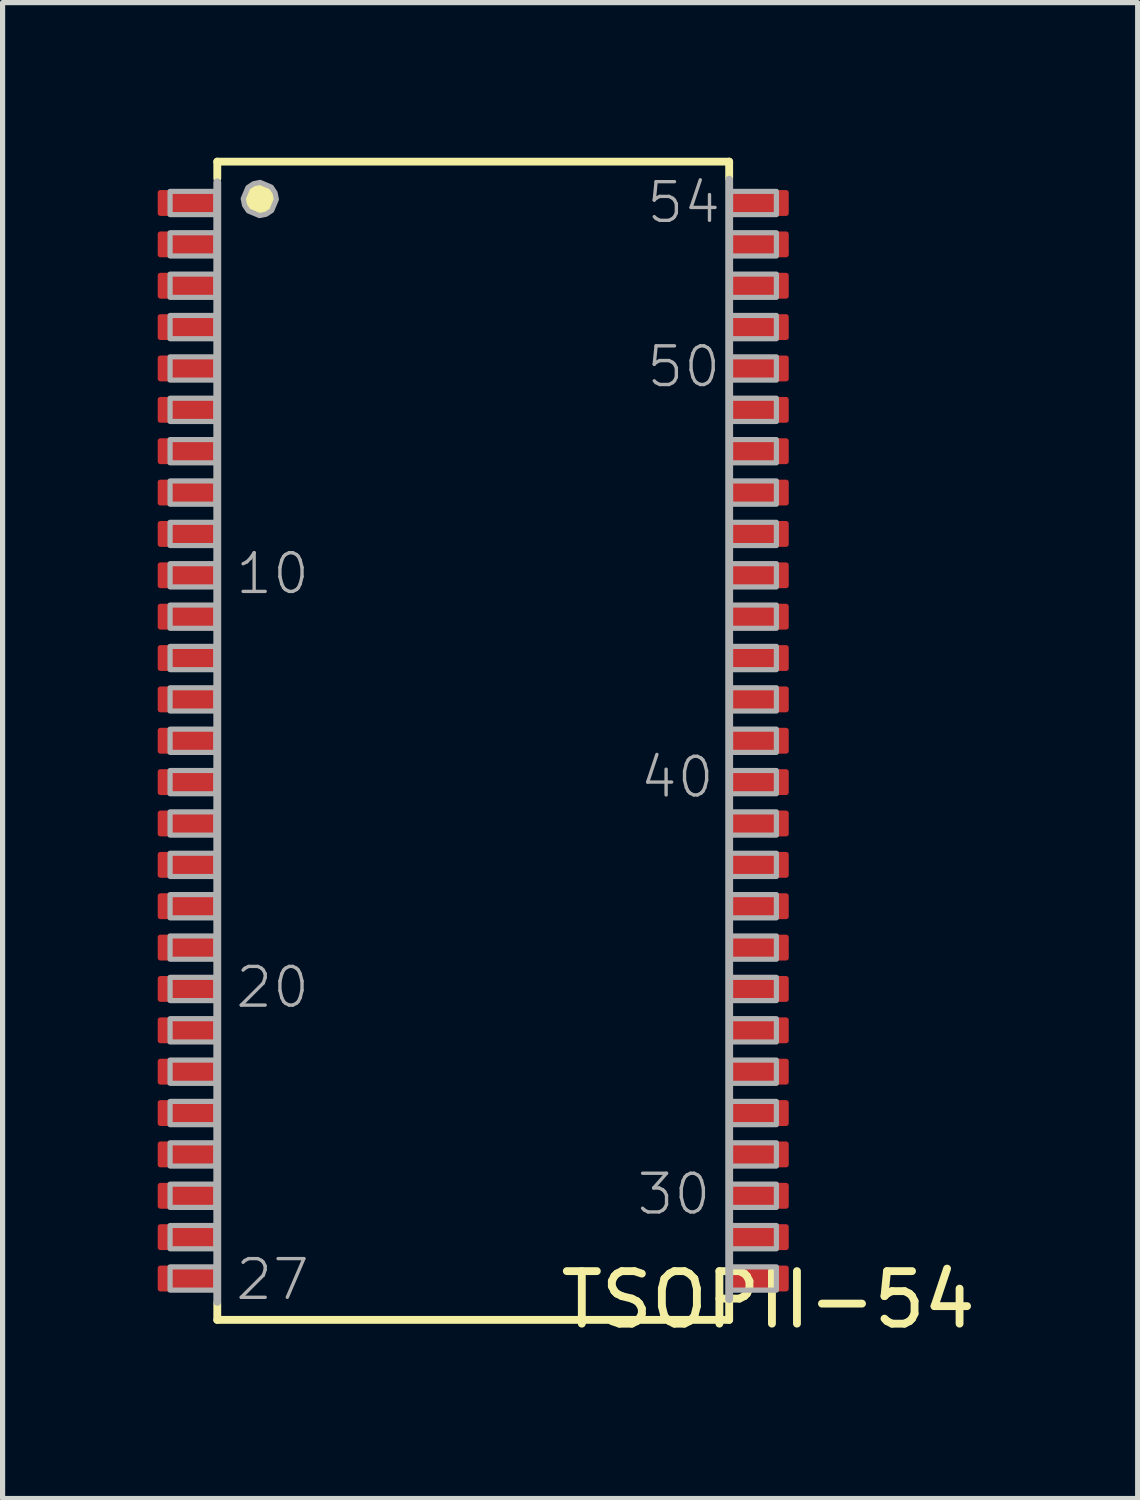
<source format=kicad_pcb>
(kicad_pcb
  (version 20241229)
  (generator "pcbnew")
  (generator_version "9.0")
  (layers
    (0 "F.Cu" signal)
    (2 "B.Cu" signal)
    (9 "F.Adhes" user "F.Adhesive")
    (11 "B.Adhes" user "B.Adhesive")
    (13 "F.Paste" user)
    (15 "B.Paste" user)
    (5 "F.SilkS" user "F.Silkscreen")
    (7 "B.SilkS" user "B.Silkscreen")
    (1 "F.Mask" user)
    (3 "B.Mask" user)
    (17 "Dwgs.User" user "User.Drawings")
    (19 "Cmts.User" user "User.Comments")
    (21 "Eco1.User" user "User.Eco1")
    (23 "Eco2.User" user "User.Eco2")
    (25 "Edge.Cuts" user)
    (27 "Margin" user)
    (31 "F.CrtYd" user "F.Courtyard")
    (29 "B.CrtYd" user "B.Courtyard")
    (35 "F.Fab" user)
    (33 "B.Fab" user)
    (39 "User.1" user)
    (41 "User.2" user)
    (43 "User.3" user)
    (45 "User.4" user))
  (footprint "TSOPII-54"
    (layer "F.Cu")
    (at 6.102 11.276)
    (property "Reference" "TSOPII-54" (at 1.613 11.405 180) (layer "F.SilkS") (effects (font (size 1.016 1.016) (thickness 0.152)) (justify left bottom)))
    (attr smd)
    (fp_line (start -4.95 -11.2) (end -4.95 -10.875) (stroke (width 0.152) (type solid)) (layer "F.SilkS"))
    (fp_line (start -4.95 11.2) (end -4.95 10.875) (stroke (width 0.152) (type solid)) (layer "F.SilkS"))
    (fp_line (start -4.95 11.2) (end 4.95 11.2) (stroke (width 0.152) (type solid)) (layer "F.SilkS"))
    (fp_line (start 4.95 -11.2) (end -4.95 -11.2) (stroke (width 0.152) (type solid)) (layer "F.SilkS"))
    (fp_line (start 4.95 -11.2) (end 4.95 -10.875) (stroke (width 0.152) (type solid)) (layer "F.SilkS"))
    (fp_line (start 4.95 11.2) (end 4.95 10.875) (stroke (width 0.152) (type solid)) (layer "F.SilkS"))
    (fp_poly (pts (xy -3.906 -10.708) (xy -3.833 -10.599) (xy -3.807 -10.471) (xy -3.897 -10.256) (xy -4.006 -10.183) (xy -4.134 -10.157) (xy -4.349 -10.247) (xy -4.422 -10.356) (xy -4.448 -10.484) (xy -4.358 -10.699) (xy -4.249 -10.772) (xy -4.121 -10.798)) (stroke (width 0) (type default)) (fill yes) (layer "F.SilkS"))
    (fp_line (start -4.95 -10.8) (end -4.95 10.85) (stroke (width 0.152) (type solid)) (layer "F.Fab"))
    (fp_line (start 4.95 10.8) (end 4.95 -10.85) (stroke (width 0.152) (type solid)) (layer "F.Fab"))
    (fp_poly (pts (xy -5.863 -10.625) (xy -5.863 -10.175) (xy -4.975 -10.175) (xy -4.975 -10.625)) (stroke (width 0.1) (type default)) (fill no) (layer "F.Fab"))
    (fp_poly (pts (xy -5.863 -9.825) (xy -5.863 -9.375) (xy -4.975 -9.375) (xy -4.975 -9.825)) (stroke (width 0.1) (type default)) (fill no) (layer "F.Fab"))
    (fp_poly (pts (xy -5.863 -9.025) (xy -5.863 -8.575) (xy -4.975 -8.575) (xy -4.975 -9.025)) (stroke (width 0.1) (type default)) (fill no) (layer "F.Fab"))
    (fp_poly (pts (xy -5.863 -8.225) (xy -5.863 -7.775) (xy -4.975 -7.775) (xy -4.975 -8.225)) (stroke (width 0.1) (type default)) (fill no) (layer "F.Fab"))
    (fp_poly (pts (xy -5.863 -7.425) (xy -5.863 -6.975) (xy -4.975 -6.975) (xy -4.975 -7.425)) (stroke (width 0.1) (type default)) (fill no) (layer "F.Fab"))
    (fp_poly (pts (xy -5.863 -6.625) (xy -5.863 -6.175) (xy -4.975 -6.175) (xy -4.975 -6.625)) (stroke (width 0.1) (type default)) (fill no) (layer "F.Fab"))
    (fp_poly (pts (xy -5.863 -5.825) (xy -5.863 -5.375) (xy -4.975 -5.375) (xy -4.975 -5.825)) (stroke (width 0.1) (type default)) (fill no) (layer "F.Fab"))
    (fp_poly (pts (xy -5.863 -5.025) (xy -5.863 -4.575) (xy -4.975 -4.575) (xy -4.975 -5.025)) (stroke (width 0.1) (type default)) (fill no) (layer "F.Fab"))
    (fp_poly (pts (xy -5.863 -4.225) (xy -5.863 -3.775) (xy -4.975 -3.775) (xy -4.975 -4.225)) (stroke (width 0.1) (type default)) (fill no) (layer "F.Fab"))
    (fp_poly (pts (xy -5.863 -3.425) (xy -5.863 -2.975) (xy -4.975 -2.975) (xy -4.975 -3.425)) (stroke (width 0.1) (type default)) (fill no) (layer "F.Fab"))
    (fp_poly (pts (xy -5.863 -2.625) (xy -5.863 -2.175) (xy -4.975 -2.175) (xy -4.975 -2.625)) (stroke (width 0.1) (type default)) (fill no) (layer "F.Fab"))
    (fp_poly (pts (xy -5.863 -1.825) (xy -5.863 -1.375) (xy -4.975 -1.375) (xy -4.975 -1.825)) (stroke (width 0.1) (type default)) (fill no) (layer "F.Fab"))
    (fp_poly (pts (xy -5.863 -1.025) (xy -5.863 -0.575) (xy -4.975 -0.575) (xy -4.975 -1.025)) (stroke (width 0.1) (type default)) (fill no) (layer "F.Fab"))
    (fp_poly (pts (xy -5.863 -0.225) (xy -5.863 0.225) (xy -4.975 0.225) (xy -4.975 -0.225)) (stroke (width 0.1) (type default)) (fill no) (layer "F.Fab"))
    (fp_poly (pts (xy -5.863 0.575) (xy -5.863 1.025) (xy -4.975 1.025) (xy -4.975 0.575)) (stroke (width 0.1) (type default)) (fill no) (layer "F.Fab"))
    (fp_poly (pts (xy -5.863 1.375) (xy -5.863 1.825) (xy -4.975 1.825) (xy -4.975 1.375)) (stroke (width 0.1) (type default)) (fill no) (layer "F.Fab"))
    (fp_poly (pts (xy -5.863 2.175) (xy -5.863 2.625) (xy -4.975 2.625) (xy -4.975 2.175)) (stroke (width 0.1) (type default)) (fill no) (layer "F.Fab"))
    (fp_poly (pts (xy -5.863 2.975) (xy -5.863 3.425) (xy -4.975 3.425) (xy -4.975 2.975)) (stroke (width 0.1) (type default)) (fill no) (layer "F.Fab"))
    (fp_poly (pts (xy -5.863 3.775) (xy -5.863 4.225) (xy -4.975 4.225) (xy -4.975 3.775)) (stroke (width 0.1) (type default)) (fill no) (layer "F.Fab"))
    (fp_poly (pts (xy -5.863 4.575) (xy -5.863 5.025) (xy -4.975 5.025) (xy -4.975 4.575)) (stroke (width 0.1) (type default)) (fill no) (layer "F.Fab"))
    (fp_poly (pts (xy -5.863 5.375) (xy -5.863 5.825) (xy -4.975 5.825) (xy -4.975 5.375)) (stroke (width 0.1) (type default)) (fill no) (layer "F.Fab"))
    (fp_poly (pts (xy -5.863 6.175) (xy -5.863 6.625) (xy -4.975 6.625) (xy -4.975 6.175)) (stroke (width 0.1) (type default)) (fill no) (layer "F.Fab"))
    (fp_poly (pts (xy -5.863 6.975) (xy -5.863 7.425) (xy -4.975 7.425) (xy -4.975 6.975)) (stroke (width 0.1) (type default)) (fill no) (layer "F.Fab"))
    (fp_poly (pts (xy -5.863 7.775) (xy -5.863 8.225) (xy -4.975 8.225) (xy -4.975 7.775)) (stroke (width 0.1) (type default)) (fill no) (layer "F.Fab"))
    (fp_poly (pts (xy -5.863 8.575) (xy -5.863 9.025) (xy -4.975 9.025) (xy -4.975 8.575)) (stroke (width 0.1) (type default)) (fill no) (layer "F.Fab"))
    (fp_poly (pts (xy -5.863 9.375) (xy -5.863 9.825) (xy -4.975 9.825) (xy -4.975 9.375)) (stroke (width 0.1) (type default)) (fill no) (layer "F.Fab"))
    (fp_poly (pts (xy -5.863 10.175) (xy -5.863 10.625) (xy -4.975 10.625) (xy -4.975 10.175)) (stroke (width 0.1) (type default)) (fill no) (layer "F.Fab"))
    (fp_poly (pts (xy 5.863 -10.175) (xy 5.863 -10.625) (xy 4.975 -10.625) (xy 4.975 -10.175)) (stroke (width 0.1) (type default)) (fill no) (layer "F.Fab"))
    (fp_poly (pts (xy 5.863 -9.375) (xy 5.863 -9.825) (xy 4.975 -9.825) (xy 4.975 -9.375)) (stroke (width 0.1) (type default)) (fill no) (layer "F.Fab"))
    (fp_poly (pts (xy 5.863 -8.575) (xy 5.863 -9.025) (xy 4.975 -9.025) (xy 4.975 -8.575)) (stroke (width 0.1) (type default)) (fill no) (layer "F.Fab"))
    (fp_poly (pts (xy 5.863 -7.775) (xy 5.863 -8.225) (xy 4.975 -8.225) (xy 4.975 -7.775)) (stroke (width 0.1) (type default)) (fill no) (layer "F.Fab"))
    (fp_poly (pts (xy 5.863 -6.975) (xy 5.863 -7.425) (xy 4.975 -7.425) (xy 4.975 -6.975)) (stroke (width 0.1) (type default)) (fill no) (layer "F.Fab"))
    (fp_poly (pts (xy 5.863 -6.175) (xy 5.863 -6.625) (xy 4.975 -6.625) (xy 4.975 -6.175)) (stroke (width 0.1) (type default)) (fill no) (layer "F.Fab"))
    (fp_poly (pts (xy 5.863 -5.375) (xy 5.863 -5.825) (xy 4.975 -5.825) (xy 4.975 -5.375)) (stroke (width 0.1) (type default)) (fill no) (layer "F.Fab"))
    (fp_poly (pts (xy 5.863 -4.575) (xy 5.863 -5.025) (xy 4.975 -5.025) (xy 4.975 -4.575)) (stroke (width 0.1) (type default)) (fill no) (layer "F.Fab"))
    (fp_poly (pts (xy 5.863 -3.775) (xy 5.863 -4.225) (xy 4.975 -4.225) (xy 4.975 -3.775)) (stroke (width 0.1) (type default)) (fill no) (layer "F.Fab"))
    (fp_poly (pts (xy 5.863 -2.975) (xy 5.863 -3.425) (xy 4.975 -3.425) (xy 4.975 -2.975)) (stroke (width 0.1) (type default)) (fill no) (layer "F.Fab"))
    (fp_poly (pts (xy 5.863 -2.175) (xy 5.863 -2.625) (xy 4.975 -2.625) (xy 4.975 -2.175)) (stroke (width 0.1) (type default)) (fill no) (layer "F.Fab"))
    (fp_poly (pts (xy 5.863 -1.375) (xy 5.863 -1.825) (xy 4.975 -1.825) (xy 4.975 -1.375)) (stroke (width 0.1) (type default)) (fill no) (layer "F.Fab"))
    (fp_poly (pts (xy 5.863 -0.575) (xy 5.863 -1.025) (xy 4.975 -1.025) (xy 4.975 -0.575)) (stroke (width 0.1) (type default)) (fill no) (layer "F.Fab"))
    (fp_poly (pts (xy 5.863 0.225) (xy 5.863 -0.225) (xy 4.975 -0.225) (xy 4.975 0.225)) (stroke (width 0.1) (type default)) (fill no) (layer "F.Fab"))
    (fp_poly (pts (xy 5.863 1.025) (xy 5.863 0.575) (xy 4.975 0.575) (xy 4.975 1.025)) (stroke (width 0.1) (type default)) (fill no) (layer "F.Fab"))
    (fp_poly (pts (xy 5.863 1.825) (xy 5.863 1.375) (xy 4.975 1.375) (xy 4.975 1.825)) (stroke (width 0.1) (type default)) (fill no) (layer "F.Fab"))
    (fp_poly (pts (xy 5.863 2.625) (xy 5.863 2.175) (xy 4.975 2.175) (xy 4.975 2.625)) (stroke (width 0.1) (type default)) (fill no) (layer "F.Fab"))
    (fp_poly (pts (xy 5.863 3.425) (xy 5.863 2.975) (xy 4.975 2.975) (xy 4.975 3.425)) (stroke (width 0.1) (type default)) (fill no) (layer "F.Fab"))
    (fp_poly (pts (xy 5.863 4.225) (xy 5.863 3.775) (xy 4.975 3.775) (xy 4.975 4.225)) (stroke (width 0.1) (type default)) (fill no) (layer "F.Fab"))
    (fp_poly (pts (xy 5.863 5.025) (xy 5.863 4.575) (xy 4.975 4.575) (xy 4.975 5.025)) (stroke (width 0.1) (type default)) (fill no) (layer "F.Fab"))
    (fp_poly (pts (xy 5.863 5.825) (xy 5.863 5.375) (xy 4.975 5.375) (xy 4.975 5.825)) (stroke (width 0.1) (type default)) (fill no) (layer "F.Fab"))
    (fp_poly (pts (xy 5.863 6.625) (xy 5.863 6.175) (xy 4.975 6.175) (xy 4.975 6.625)) (stroke (width 0.1) (type default)) (fill no) (layer "F.Fab"))
    (fp_poly (pts (xy 5.863 7.425) (xy 5.863 6.975) (xy 4.975 6.975) (xy 4.975 7.425)) (stroke (width 0.1) (type default)) (fill no) (layer "F.Fab"))
    (fp_poly (pts (xy 5.863 8.225) (xy 5.863 7.775) (xy 4.975 7.775) (xy 4.975 8.225)) (stroke (width 0.1) (type default)) (fill no) (layer "F.Fab"))
    (fp_poly (pts (xy 5.863 9.025) (xy 5.863 8.575) (xy 4.975 8.575) (xy 4.975 9.025)) (stroke (width 0.1) (type default)) (fill no) (layer "F.Fab"))
    (fp_poly (pts (xy 5.863 9.825) (xy 5.863 9.375) (xy 4.975 9.375) (xy 4.975 9.825)) (stroke (width 0.1) (type default)) (fill no) (layer "F.Fab"))
    (fp_poly (pts (xy 5.863 10.625) (xy 5.863 10.175) (xy 4.975 10.175) (xy 4.975 10.625)) (stroke (width 0.1) (type default)) (fill no) (layer "F.Fab"))
    (fp_poly (pts (xy -3.906 -10.708) (xy -3.833 -10.599) (xy -3.807 -10.471) (xy -3.897 -10.256) (xy -4.006 -10.183) (xy -4.134 -10.157) (xy -4.349 -10.247) (xy -4.422 -10.356) (xy -4.448 -10.484) (xy -4.358 -10.699) (xy -4.249 -10.772) (xy -4.121 -10.798)) (stroke (width 0.1) (type default)) (fill no) (layer "F.Fab"))
    (fp_text user "54" (at 4.826 -9.97 0) (layer "F.Fab") (effects (font (size 0.748 0.748) (thickness 0.065)) (justify right bottom)))
    (fp_text user "10" (at -4.636 -2.794 0) (layer "F.Fab") (effects (font (size 0.748 0.748) (thickness 0.065)) (justify left bottom)))
    (fp_text user "40" (at 4.699 1.143 0) (layer "F.Fab") (effects (font (size 0.748 0.748) (thickness 0.065)) (justify right bottom)))
    (fp_text user "27" (at -4.636 10.858 0) (layer "F.Fab") (effects (font (size 0.748 0.748) (thickness 0.065)) (justify left bottom)))
    (fp_text user "30" (at 4.636 9.207 0) (layer "F.Fab") (effects (font (size 0.748 0.748) (thickness 0.065)) (justify right bottom)))
    (fp_text user "20" (at -4.636 5.207 0) (layer "F.Fab") (effects (font (size 0.748 0.748) (thickness 0.065)) (justify left bottom)))
    (fp_text user "50" (at 4.826 -6.795 0) (layer "F.Fab") (effects (font (size 0.748 0.748) (thickness 0.065)) (justify right bottom)))
    (pad "1" smd roundrect (at -5.502 -10.4 270) (size 0.5 1.2) (layers "F.Cu" "F.Mask" "F.Paste") (roundrect_rratio 0.102))
    (pad "2" smd roundrect (at -5.502 -9.6 270) (size 0.5 1.2) (layers "F.Cu" "F.Mask" "F.Paste") (roundrect_rratio 0.102))
    (pad "3" smd roundrect (at -5.502 -8.8 270) (size 0.5 1.2) (layers "F.Cu" "F.Mask" "F.Paste") (roundrect_rratio 0.102))
    (pad "4" smd roundrect (at -5.502 -8 270) (size 0.5 1.2) (layers "F.Cu" "F.Mask" "F.Paste") (roundrect_rratio 0.102))
    (pad "5" smd roundrect (at -5.502 -7.2 270) (size 0.5 1.2) (layers "F.Cu" "F.Mask" "F.Paste") (roundrect_rratio 0.102))
    (pad "6" smd roundrect (at -5.502 -6.4 270) (size 0.5 1.2) (layers "F.Cu" "F.Mask" "F.Paste") (roundrect_rratio 0.102))
    (pad "7" smd roundrect (at -5.502 -5.6 270) (size 0.5 1.2) (layers "F.Cu" "F.Mask" "F.Paste") (roundrect_rratio 0.102))
    (pad "8" smd roundrect (at -5.502 -4.8 270) (size 0.5 1.2) (layers "F.Cu" "F.Mask" "F.Paste") (roundrect_rratio 0.102))
    (pad "9" smd roundrect (at -5.502 -4 270) (size 0.5 1.2) (layers "F.Cu" "F.Mask" "F.Paste") (roundrect_rratio 0.102))
    (pad "10" smd roundrect (at -5.502 -3.2 270) (size 0.5 1.2) (layers "F.Cu" "F.Mask" "F.Paste") (roundrect_rratio 0.102))
    (pad "11" smd roundrect (at -5.502 -2.4 270) (size 0.5 1.2) (layers "F.Cu" "F.Mask" "F.Paste") (roundrect_rratio 0.102))
    (pad "12" smd roundrect (at -5.502 -1.6 270) (size 0.5 1.2) (layers "F.Cu" "F.Mask" "F.Paste") (roundrect_rratio 0.102))
    (pad "13" smd roundrect (at -5.502 -0.8 270) (size 0.5 1.2) (layers "F.Cu" "F.Mask" "F.Paste") (roundrect_rratio 0.102))
    (pad "14" smd roundrect (at -5.502 0 270) (size 0.5 1.2) (layers "F.Cu" "F.Mask" "F.Paste") (roundrect_rratio 0.102))
    (pad "15" smd roundrect (at -5.502 0.8 270) (size 0.5 1.2) (layers "F.Cu" "F.Mask" "F.Paste") (roundrect_rratio 0.102))
    (pad "16" smd roundrect (at -5.502 1.6 270) (size 0.5 1.2) (layers "F.Cu" "F.Mask" "F.Paste") (roundrect_rratio 0.102))
    (pad "17" smd roundrect (at -5.502 2.4 270) (size 0.5 1.2) (layers "F.Cu" "F.Mask" "F.Paste") (roundrect_rratio 0.102))
    (pad "18" smd roundrect (at -5.502 3.2 270) (size 0.5 1.2) (layers "F.Cu" "F.Mask" "F.Paste") (roundrect_rratio 0.102))
    (pad "19" smd roundrect (at -5.502 4 270) (size 0.5 1.2) (layers "F.Cu" "F.Mask" "F.Paste") (roundrect_rratio 0.102))
    (pad "20" smd roundrect (at -5.502 4.8 270) (size 0.5 1.2) (layers "F.Cu" "F.Mask" "F.Paste") (roundrect_rratio 0.102))
    (pad "21" smd roundrect (at -5.502 5.6 270) (size 0.5 1.2) (layers "F.Cu" "F.Mask" "F.Paste") (roundrect_rratio 0.102))
    (pad "22" smd roundrect (at -5.502 6.4 270) (size 0.5 1.2) (layers "F.Cu" "F.Mask" "F.Paste") (roundrect_rratio 0.102))
    (pad "23" smd roundrect (at -5.502 7.2 270) (size 0.5 1.2) (layers "F.Cu" "F.Mask" "F.Paste") (roundrect_rratio 0.102))
    (pad "24" smd roundrect (at -5.502 8 270) (size 0.5 1.2) (layers "F.Cu" "F.Mask" "F.Paste") (roundrect_rratio 0.102))
    (pad "25" smd roundrect (at -5.502 8.8 270) (size 0.5 1.2) (layers "F.Cu" "F.Mask" "F.Paste") (roundrect_rratio 0.102))
    (pad "26" smd roundrect (at -5.502 9.6 270) (size 0.5 1.2) (layers "F.Cu" "F.Mask" "F.Paste") (roundrect_rratio 0.102))
    (pad "27" smd roundrect (at -5.502 10.4 270) (size 0.5 1.2) (layers "F.Cu" "F.Mask" "F.Paste") (roundrect_rratio 0.102))
    (pad "28" smd roundrect (at 5.502 10.4 90) (size 0.5 1.2) (layers "F.Cu" "F.Mask" "F.Paste") (roundrect_rratio 0.102))
    (pad "29" smd roundrect (at 5.502 9.6 90) (size 0.5 1.2) (layers "F.Cu" "F.Mask" "F.Paste") (roundrect_rratio 0.102))
    (pad "30" smd roundrect (at 5.502 8.8 90) (size 0.5 1.2) (layers "F.Cu" "F.Mask" "F.Paste") (roundrect_rratio 0.102))
    (pad "31" smd roundrect (at 5.502 8 90) (size 0.5 1.2) (layers "F.Cu" "F.Mask" "F.Paste") (roundrect_rratio 0.102))
    (pad "32" smd roundrect (at 5.502 7.2 90) (size 0.5 1.2) (layers "F.Cu" "F.Mask" "F.Paste") (roundrect_rratio 0.102))
    (pad "33" smd roundrect (at 5.502 6.4 90) (size 0.5 1.2) (layers "F.Cu" "F.Mask" "F.Paste") (roundrect_rratio 0.102))
    (pad "34" smd roundrect (at 5.502 5.6 90) (size 0.5 1.2) (layers "F.Cu" "F.Mask" "F.Paste") (roundrect_rratio 0.102))
    (pad "35" smd roundrect (at 5.502 4.8 90) (size 0.5 1.2) (layers "F.Cu" "F.Mask" "F.Paste") (roundrect_rratio 0.102))
    (pad "36" smd roundrect (at 5.502 4 90) (size 0.5 1.2) (layers "F.Cu" "F.Mask" "F.Paste") (roundrect_rratio 0.102))
    (pad "37" smd roundrect (at 5.502 3.2 90) (size 0.5 1.2) (layers "F.Cu" "F.Mask" "F.Paste") (roundrect_rratio 0.102))
    (pad "38" smd roundrect (at 5.502 2.4 90) (size 0.5 1.2) (layers "F.Cu" "F.Mask" "F.Paste") (roundrect_rratio 0.102))
    (pad "39" smd roundrect (at 5.502 1.6 90) (size 0.5 1.2) (layers "F.Cu" "F.Mask" "F.Paste") (roundrect_rratio 0.102))
    (pad "40" smd roundrect (at 5.502 0.8 90) (size 0.5 1.2) (layers "F.Cu" "F.Mask" "F.Paste") (roundrect_rratio 0.102))
    (pad "41" smd roundrect (at 5.502 0 90) (size 0.5 1.2) (layers "F.Cu" "F.Mask" "F.Paste") (roundrect_rratio 0.102))
    (pad "42" smd roundrect (at 5.502 -0.8 90) (size 0.5 1.2) (layers "F.Cu" "F.Mask" "F.Paste") (roundrect_rratio 0.102))
    (pad "43" smd roundrect (at 5.502 -1.6 90) (size 0.5 1.2) (layers "F.Cu" "F.Mask" "F.Paste") (roundrect_rratio 0.102))
    (pad "44" smd roundrect (at 5.502 -2.4 90) (size 0.5 1.2) (layers "F.Cu" "F.Mask" "F.Paste") (roundrect_rratio 0.102))
    (pad "45" smd roundrect (at 5.502 -3.2 90) (size 0.5 1.2) (layers "F.Cu" "F.Mask" "F.Paste") (roundrect_rratio 0.102))
    (pad "46" smd roundrect (at 5.502 -4 90) (size 0.5 1.2) (layers "F.Cu" "F.Mask" "F.Paste") (roundrect_rratio 0.102))
    (pad "47" smd roundrect (at 5.502 -4.8 90) (size 0.5 1.2) (layers "F.Cu" "F.Mask" "F.Paste") (roundrect_rratio 0.102))
    (pad "48" smd roundrect (at 5.502 -5.6 90) (size 0.5 1.2) (layers "F.Cu" "F.Mask" "F.Paste") (roundrect_rratio 0.102))
    (pad "49" smd roundrect (at 5.502 -6.4 90) (size 0.5 1.2) (layers "F.Cu" "F.Mask" "F.Paste") (roundrect_rratio 0.102))
    (pad "50" smd roundrect (at 5.502 -7.2 90) (size 0.5 1.2) (layers "F.Cu" "F.Mask" "F.Paste") (roundrect_rratio 0.102))
    (pad "51" smd roundrect (at 5.502 -8 90) (size 0.5 1.2) (layers "F.Cu" "F.Mask" "F.Paste") (roundrect_rratio 0.102))
    (pad "52" smd roundrect (at 5.502 -8.8 90) (size 0.5 1.2) (layers "F.Cu" "F.Mask" "F.Paste") (roundrect_rratio 0.102))
    (pad "53" smd roundrect (at 5.502 -9.6 90) (size 0.5 1.2) (layers "F.Cu" "F.Mask" "F.Paste") (roundrect_rratio 0.102))
    (pad "54" smd roundrect (at 5.502 -10.4 90) (size 0.5 1.2) (layers "F.Cu" "F.Mask" "F.Paste") (roundrect_rratio 0.102)))
  (gr_rect
    (start -3 -3)
    (end 18.952 25.931)
    (stroke (width 0.1) (type default))
    (fill no)
    (layer "Edge.Cuts")))
</source>
